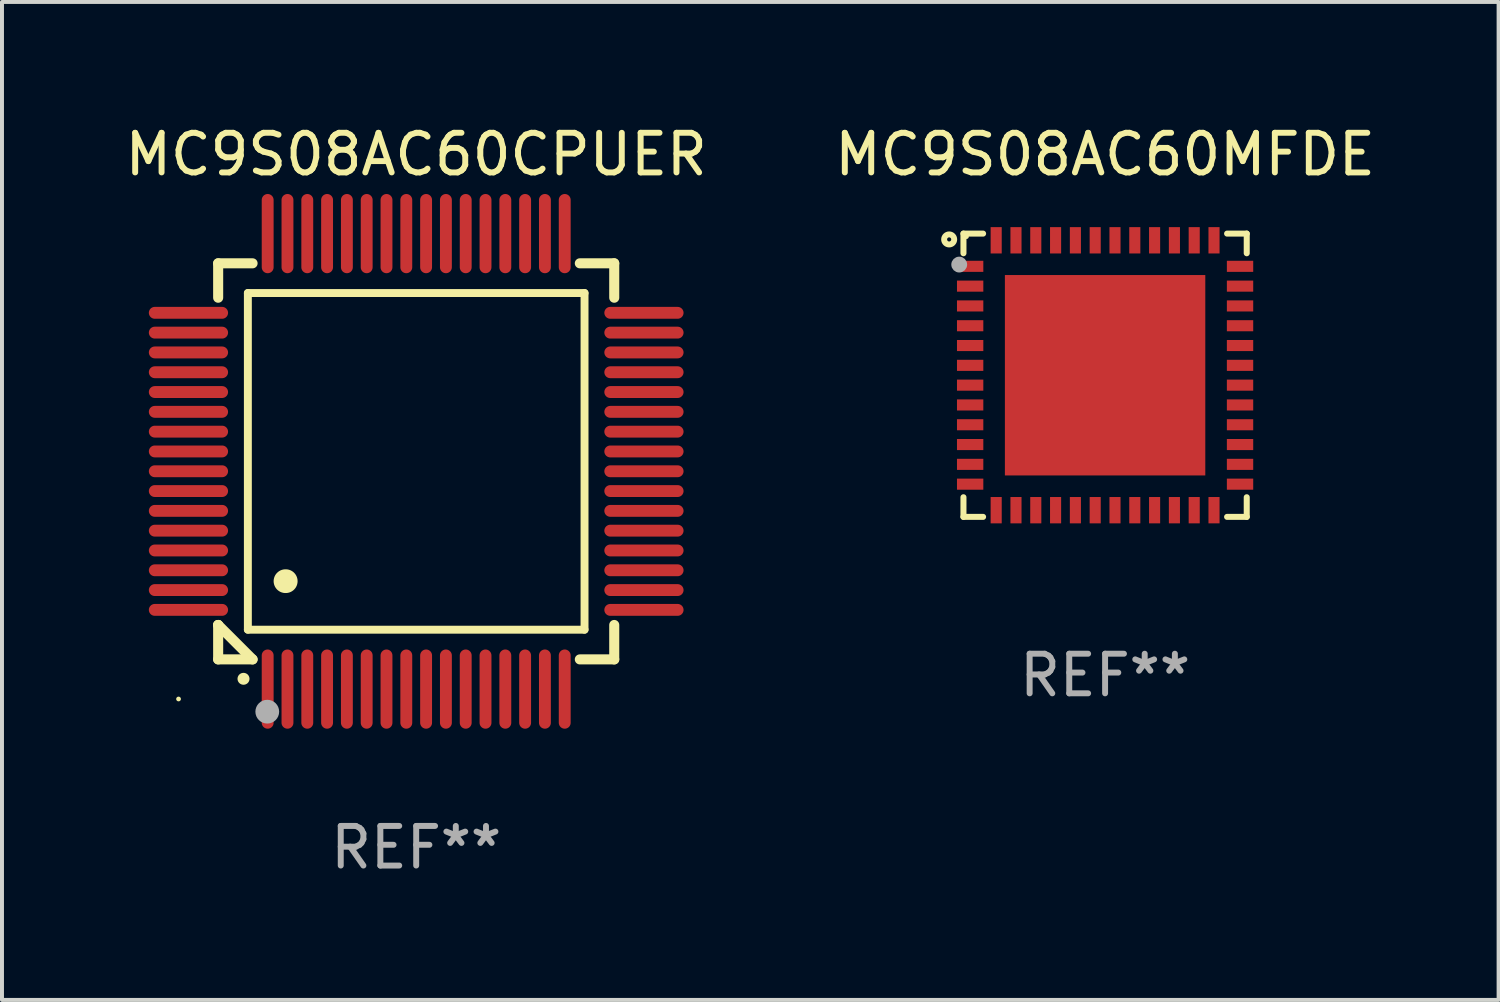
<source format=kicad_pcb>
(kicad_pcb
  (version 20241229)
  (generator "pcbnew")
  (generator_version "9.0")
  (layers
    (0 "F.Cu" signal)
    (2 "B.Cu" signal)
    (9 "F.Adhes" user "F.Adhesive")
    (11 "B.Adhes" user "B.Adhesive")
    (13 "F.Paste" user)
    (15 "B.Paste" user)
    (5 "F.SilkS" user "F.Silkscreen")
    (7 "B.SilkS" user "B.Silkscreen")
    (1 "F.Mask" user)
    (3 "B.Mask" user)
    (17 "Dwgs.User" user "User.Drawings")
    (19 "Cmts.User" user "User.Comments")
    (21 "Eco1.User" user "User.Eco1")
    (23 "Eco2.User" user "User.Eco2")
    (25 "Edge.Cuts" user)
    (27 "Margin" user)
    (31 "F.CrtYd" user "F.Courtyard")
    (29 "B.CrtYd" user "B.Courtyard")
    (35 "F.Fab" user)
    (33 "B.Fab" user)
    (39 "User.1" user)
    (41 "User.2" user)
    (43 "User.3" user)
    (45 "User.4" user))
  (footprint "MC9S08AC60MFDE"
    (layer "F.Cu")
    (at 24.851 6.424)
    (property "Reference" "MC9S08AC60MFDE" (at 0 -5.576 0) (layer "F.SilkS") (effects (font (size 1 1) (thickness 0.15))))
    (attr through_hole)
    (fp_line (start -3.576 -3.576) (end -3.576 -3.08) (stroke (width 0.152) (type solid)) (layer "F.SilkS"))
    (fp_line (start -3.576 3.576) (end -3.576 3.08) (stroke (width 0.152) (type solid)) (layer "F.SilkS"))
    (fp_line (start -3.08 -3.576) (end -3.576 -3.576) (stroke (width 0.152) (type solid)) (layer "F.SilkS"))
    (fp_line (start -3.08 3.576) (end -3.576 3.576) (stroke (width 0.152) (type solid)) (layer "F.SilkS"))
    (fp_line (start 3.08 -3.576) (end 3.576 -3.576) (stroke (width 0.152) (type solid)) (layer "F.SilkS"))
    (fp_line (start 3.08 3.576) (end 3.576 3.576) (stroke (width 0.152) (type solid)) (layer "F.SilkS"))
    (fp_line (start 3.576 -3.576) (end 3.576 -3.08) (stroke (width 0.152) (type solid)) (layer "F.SilkS"))
    (fp_line (start 3.576 3.576) (end 3.576 3.08) (stroke (width 0.152) (type solid)) (layer "F.SilkS"))
    (fp_circle (center -3.937 -3.429) (end -3.81 -3.429) (stroke (width 0.15) (type solid)) (fill no) (layer "F.SilkS"))
    (fp_circle (center -3.5 -3.5) (end -3.47 -3.5) (stroke (width 0.06) (type solid)) (fill no) (layer "F.SilkS"))
    (fp_circle (center -3.683 -2.794) (end -3.583 -2.794) (stroke (width 0.2) (type solid)) (fill no) (layer "F.Fab"))
    (fp_text user "REF**" (at 0 7.576 0) (layer "F.Fab") (effects (font (size 1 1) (thickness 0.15))))
    (pad "1" smd rect (at -3.407 -2.75) (size 0.665 0.28) (layers "F.Cu" "F.Mask" "F.Paste"))
    (pad "2" smd rect (at -3.407 -2.25) (size 0.665 0.28) (layers "F.Cu" "F.Mask" "F.Paste"))
    (pad "3" smd rect (at -3.407 -1.75) (size 0.665 0.28) (layers "F.Cu" "F.Mask" "F.Paste"))
    (pad "4" smd rect (at -3.407 -1.25) (size 0.665 0.28) (layers "F.Cu" "F.Mask" "F.Paste"))
    (pad "5" smd rect (at -3.407 -0.75) (size 0.665 0.28) (layers "F.Cu" "F.Mask" "F.Paste"))
    (pad "6" smd rect (at -3.407 -0.25) (size 0.665 0.28) (layers "F.Cu" "F.Mask" "F.Paste"))
    (pad "7" smd rect (at -3.407 0.25) (size 0.665 0.28) (layers "F.Cu" "F.Mask" "F.Paste"))
    (pad "8" smd rect (at -3.407 0.75) (size 0.665 0.28) (layers "F.Cu" "F.Mask" "F.Paste"))
    (pad "9" smd rect (at -3.407 1.25) (size 0.665 0.28) (layers "F.Cu" "F.Mask" "F.Paste"))
    (pad "10" smd rect (at -3.407 1.75) (size 0.665 0.28) (layers "F.Cu" "F.Mask" "F.Paste"))
    (pad "11" smd rect (at -3.407 2.25) (size 0.665 0.28) (layers "F.Cu" "F.Mask" "F.Paste"))
    (pad "12" smd rect (at -3.407 2.75) (size 0.665 0.28) (layers "F.Cu" "F.Mask" "F.Paste"))
    (pad "13" smd rect (at -2.75 3.407) (size 0.28 0.665) (layers "F.Cu" "F.Mask" "F.Paste"))
    (pad "14" smd rect (at -2.25 3.407) (size 0.28 0.665) (layers "F.Cu" "F.Mask" "F.Paste"))
    (pad "15" smd rect (at -1.75 3.407) (size 0.28 0.665) (layers "F.Cu" "F.Mask" "F.Paste"))
    (pad "16" smd rect (at -1.25 3.407) (size 0.28 0.665) (layers "F.Cu" "F.Mask" "F.Paste"))
    (pad "17" smd rect (at -0.75 3.407) (size 0.28 0.665) (layers "F.Cu" "F.Mask" "F.Paste"))
    (pad "18" smd rect (at -0.25 3.407) (size 0.28 0.665) (layers "F.Cu" "F.Mask" "F.Paste"))
    (pad "19" smd rect (at 0.25 3.407) (size 0.28 0.665) (layers "F.Cu" "F.Mask" "F.Paste"))
    (pad "20" smd rect (at 0.75 3.407) (size 0.28 0.665) (layers "F.Cu" "F.Mask" "F.Paste"))
    (pad "21" smd rect (at 1.25 3.407) (size 0.28 0.665) (layers "F.Cu" "F.Mask" "F.Paste"))
    (pad "22" smd rect (at 1.75 3.407) (size 0.28 0.665) (layers "F.Cu" "F.Mask" "F.Paste"))
    (pad "23" smd rect (at 2.25 3.407) (size 0.28 0.665) (layers "F.Cu" "F.Mask" "F.Paste"))
    (pad "24" smd rect (at 2.75 3.407) (size 0.28 0.665) (layers "F.Cu" "F.Mask" "F.Paste"))
    (pad "25" smd rect (at 3.407 2.75) (size 0.665 0.28) (layers "F.Cu" "F.Mask" "F.Paste"))
    (pad "26" smd rect (at 3.407 2.25) (size 0.665 0.28) (layers "F.Cu" "F.Mask" "F.Paste"))
    (pad "27" smd rect (at 3.407 1.75) (size 0.665 0.28) (layers "F.Cu" "F.Mask" "F.Paste"))
    (pad "28" smd rect (at 3.407 1.25) (size 0.665 0.28) (layers "F.Cu" "F.Mask" "F.Paste"))
    (pad "29" smd rect (at 3.407 0.75) (size 0.665 0.28) (layers "F.Cu" "F.Mask" "F.Paste"))
    (pad "30" smd rect (at 3.407 0.25) (size 0.665 0.28) (layers "F.Cu" "F.Mask" "F.Paste"))
    (pad "31" smd rect (at 3.407 -0.25) (size 0.665 0.28) (layers "F.Cu" "F.Mask" "F.Paste"))
    (pad "32" smd rect (at 3.407 -0.75) (size 0.665 0.28) (layers "F.Cu" "F.Mask" "F.Paste"))
    (pad "33" smd rect (at 3.407 -1.25) (size 0.665 0.28) (layers "F.Cu" "F.Mask" "F.Paste"))
    (pad "34" smd rect (at 3.407 -1.75) (size 0.665 0.28) (layers "F.Cu" "F.Mask" "F.Paste"))
    (pad "35" smd rect (at 3.407 -2.25) (size 0.665 0.28) (layers "F.Cu" "F.Mask" "F.Paste"))
    (pad "36" smd rect (at 3.407 -2.75) (size 0.665 0.28) (layers "F.Cu" "F.Mask" "F.Paste"))
    (pad "37" smd rect (at 2.75 -3.407) (size 0.28 0.665) (layers "F.Cu" "F.Mask" "F.Paste"))
    (pad "38" smd rect (at 2.25 -3.407) (size 0.28 0.665) (layers "F.Cu" "F.Mask" "F.Paste"))
    (pad "39" smd rect (at 1.75 -3.407) (size 0.28 0.665) (layers "F.Cu" "F.Mask" "F.Paste"))
    (pad "40" smd rect (at 1.25 -3.407) (size 0.28 0.665) (layers "F.Cu" "F.Mask" "F.Paste"))
    (pad "41" smd rect (at 0.75 -3.407) (size 0.28 0.665) (layers "F.Cu" "F.Mask" "F.Paste"))
    (pad "42" smd rect (at 0.25 -3.407) (size 0.28 0.665) (layers "F.Cu" "F.Mask" "F.Paste"))
    (pad "43" smd rect (at -0.25 -3.407) (size 0.28 0.665) (layers "F.Cu" "F.Mask" "F.Paste"))
    (pad "44" smd rect (at -0.75 -3.407) (size 0.28 0.665) (layers "F.Cu" "F.Mask" "F.Paste"))
    (pad "45" smd rect (at -1.25 -3.407) (size 0.28 0.665) (layers "F.Cu" "F.Mask" "F.Paste"))
    (pad "46" smd rect (at -1.75 -3.407) (size 0.28 0.665) (layers "F.Cu" "F.Mask" "F.Paste"))
    (pad "47" smd rect (at -2.25 -3.407) (size 0.28 0.665) (layers "F.Cu" "F.Mask" "F.Paste"))
    (pad "48" smd rect (at -2.75 -3.407) (size 0.28 0.665) (layers "F.Cu" "F.Mask" "F.Paste"))
    (pad "49" smd rect (at 0 0) (size 5.06 5.06) (layers "F.Cu" "F.Mask" "F.Paste")))
  (footprint "MC9S08AC60CPUER"
    (layer "F.Cu")
    (at 7.458 8.598)
    (property "Reference" "MC9S08AC60CPUER" (at 0 -7.75 0) (layer "F.SilkS") (effects (font (size 1 1) (thickness 0.15))))
    (attr through_hole)
    (fp_line (start -5 -5) (end -4.131 -5) (stroke (width 0.254) (type solid)) (layer "F.SilkS"))
    (fp_line (start -5 -4.131) (end -5 -5) (stroke (width 0.254) (type solid)) (layer "F.SilkS"))
    (fp_line (start -5 4.131) (end -5 4.131) (stroke (width 0.254) (type solid)) (layer "F.SilkS"))
    (fp_line (start -5 5) (end -5 4.131) (stroke (width 0.254) (type solid)) (layer "F.SilkS"))
    (fp_line (start -5 4.131) (end -4.131 5) (stroke (width 0.254) (type solid)) (layer "F.SilkS"))
    (fp_line (start -4.25 -4.25) (end -4.25 4.25) (stroke (width 0.2) (type solid)) (layer "F.SilkS"))
    (fp_line (start -4.25 4.25) (end 4.25 4.25) (stroke (width 0.2) (type solid)) (layer "F.SilkS"))
    (fp_line (start -4.131 5) (end -5 5) (stroke (width 0.254) (type solid)) (layer "F.SilkS"))
    (fp_line (start 4.25 -4.25) (end -4.25 -4.25) (stroke (width 0.2) (type solid)) (layer "F.SilkS"))
    (fp_line (start 4.25 4.25) (end 4.25 -4.25) (stroke (width 0.2) (type solid)) (layer "F.SilkS"))
    (fp_line (start 5 -5) (end 4.131 -5) (stroke (width 0.254) (type solid)) (layer "F.SilkS"))
    (fp_line (start 5 -5) (end 5 -4.131) (stroke (width 0.254) (type solid)) (layer "F.SilkS"))
    (fp_line (start 5 4.131) (end 5 5) (stroke (width 0.254) (type solid)) (layer "F.SilkS"))
    (fp_line (start 5 5) (end 4.131 5) (stroke (width 0.254) (type solid)) (layer "F.SilkS"))
    (fp_arc (start -4.361265 5.489992) (mid -4.359995 5.489987) (end -4.358725 5.489992) (stroke (width 0.3) (type solid)) (layer "F.SilkS"))
    (fp_arc (start -3.299467 3.025146) (mid -3.296927 3.025135) (end -3.294387 3.025146) (stroke (width 0.6) (type solid)) (layer "F.SilkS"))
    (fp_circle (center -6 6) (end -5.97 6) (stroke (width 0.06) (type solid)) (fill no) (layer "F.SilkS"))
    (fp_circle (center -3.76 6.32) (end -3.61 6.32) (stroke (width 0.3) (type solid)) (fill no) (layer "F.Fab"))
    (fp_text user "REF**" (at 0 9.75 0) (layer "F.Fab") (effects (font (size 1 1) (thickness 0.15))))
    (pad "1" smd oval (at -3.75 5.75) (size 0.3 2) (layers "F.Cu" "F.Mask" "F.Paste"))
    (pad "2" smd oval (at -3.25 5.75) (size 0.3 2) (layers "F.Cu" "F.Mask" "F.Paste"))
    (pad "3" smd oval (at -2.75 5.75) (size 0.3 2) (layers "F.Cu" "F.Mask" "F.Paste"))
    (pad "4" smd oval (at -2.25 5.75) (size 0.3 2) (layers "F.Cu" "F.Mask" "F.Paste"))
    (pad "5" smd oval (at -1.75 5.75) (size 0.3 2) (layers "F.Cu" "F.Mask" "F.Paste"))
    (pad "6" smd oval (at -1.25 5.75) (size 0.3 2) (layers "F.Cu" "F.Mask" "F.Paste"))
    (pad "7" smd oval (at -0.75 5.75) (size 0.3 2) (layers "F.Cu" "F.Mask" "F.Paste"))
    (pad "8" smd oval (at -0.25 5.75) (size 0.3 2) (layers "F.Cu" "F.Mask" "F.Paste"))
    (pad "9" smd oval (at 0.25 5.75) (size 0.3 2) (layers "F.Cu" "F.Mask" "F.Paste"))
    (pad "10" smd oval (at 0.75 5.75) (size 0.3 2) (layers "F.Cu" "F.Mask" "F.Paste"))
    (pad "11" smd oval (at 1.25 5.75) (size 0.3 2) (layers "F.Cu" "F.Mask" "F.Paste"))
    (pad "12" smd oval (at 1.75 5.75) (size 0.3 2) (layers "F.Cu" "F.Mask" "F.Paste"))
    (pad "13" smd oval (at 2.25 5.75) (size 0.3 2) (layers "F.Cu" "F.Mask" "F.Paste"))
    (pad "14" smd oval (at 2.75 5.75) (size 0.3 2) (layers "F.Cu" "F.Mask" "F.Paste"))
    (pad "15" smd oval (at 3.25 5.75) (size 0.3 2) (layers "F.Cu" "F.Mask" "F.Paste"))
    (pad "16" smd oval (at 3.75 5.75) (size 0.3 2) (layers "F.Cu" "F.Mask" "F.Paste"))
    (pad "17" smd oval (at 5.75 3.75) (size 2 0.3) (layers "F.Cu" "F.Mask" "F.Paste"))
    (pad "18" smd oval (at 5.75 3.25) (size 2 0.3) (layers "F.Cu" "F.Mask" "F.Paste"))
    (pad "19" smd oval (at 5.75 2.75) (size 2 0.3) (layers "F.Cu" "F.Mask" "F.Paste"))
    (pad "20" smd oval (at 5.75 2.25) (size 2 0.3) (layers "F.Cu" "F.Mask" "F.Paste"))
    (pad "21" smd oval (at 5.75 1.75) (size 2 0.3) (layers "F.Cu" "F.Mask" "F.Paste"))
    (pad "22" smd oval (at 5.75 1.25) (size 2 0.3) (layers "F.Cu" "F.Mask" "F.Paste"))
    (pad "23" smd oval (at 5.75 0.75) (size 2 0.3) (layers "F.Cu" "F.Mask" "F.Paste"))
    (pad "24" smd oval (at 5.75 0.25) (size 2 0.3) (layers "F.Cu" "F.Mask" "F.Paste"))
    (pad "25" smd oval (at 5.75 -0.25) (size 2 0.3) (layers "F.Cu" "F.Mask" "F.Paste"))
    (pad "26" smd oval (at 5.75 -0.75) (size 2 0.3) (layers "F.Cu" "F.Mask" "F.Paste"))
    (pad "27" smd oval (at 5.75 -1.25) (size 2 0.3) (layers "F.Cu" "F.Mask" "F.Paste"))
    (pad "28" smd oval (at 5.75 -1.75) (size 2 0.3) (layers "F.Cu" "F.Mask" "F.Paste"))
    (pad "29" smd oval (at 5.75 -2.25) (size 2 0.3) (layers "F.Cu" "F.Mask" "F.Paste"))
    (pad "30" smd oval (at 5.75 -2.75) (size 2 0.3) (layers "F.Cu" "F.Mask" "F.Paste"))
    (pad "31" smd oval (at 5.75 -3.25) (size 2 0.3) (layers "F.Cu" "F.Mask" "F.Paste"))
    (pad "32" smd oval (at 5.75 -3.75) (size 2 0.3) (layers "F.Cu" "F.Mask" "F.Paste"))
    (pad "33" smd oval (at 3.75 -5.75) (size 0.3 2) (layers "F.Cu" "F.Mask" "F.Paste"))
    (pad "34" smd oval (at 3.25 -5.75) (size 0.3 2) (layers "F.Cu" "F.Mask" "F.Paste"))
    (pad "35" smd oval (at 2.75 -5.75) (size 0.3 2) (layers "F.Cu" "F.Mask" "F.Paste"))
    (pad "36" smd oval (at 2.25 -5.75) (size 0.3 2) (layers "F.Cu" "F.Mask" "F.Paste"))
    (pad "37" smd oval (at 1.75 -5.75) (size 0.3 2) (layers "F.Cu" "F.Mask" "F.Paste"))
    (pad "38" smd oval (at 1.25 -5.75) (size 0.3 2) (layers "F.Cu" "F.Mask" "F.Paste"))
    (pad "39" smd oval (at 0.75 -5.75) (size 0.3 2) (layers "F.Cu" "F.Mask" "F.Paste"))
    (pad "40" smd oval (at 0.25 -5.75) (size 0.3 2) (layers "F.Cu" "F.Mask" "F.Paste"))
    (pad "41" smd oval (at -0.25 -5.75) (size 0.3 2) (layers "F.Cu" "F.Mask" "F.Paste"))
    (pad "42" smd oval (at -0.75 -5.75) (size 0.3 2) (layers "F.Cu" "F.Mask" "F.Paste"))
    (pad "43" smd oval (at -1.25 -5.75) (size 0.3 2) (layers "F.Cu" "F.Mask" "F.Paste"))
    (pad "44" smd oval (at -1.75 -5.75) (size 0.3 2) (layers "F.Cu" "F.Mask" "F.Paste"))
    (pad "45" smd oval (at -2.25 -5.75) (size 0.3 2) (layers "F.Cu" "F.Mask" "F.Paste"))
    (pad "46" smd oval (at -2.75 -5.75) (size 0.3 2) (layers "F.Cu" "F.Mask" "F.Paste"))
    (pad "47" smd oval (at -3.25 -5.75) (size 0.3 2) (layers "F.Cu" "F.Mask" "F.Paste"))
    (pad "48" smd oval (at -3.75 -5.75) (size 0.3 2) (layers "F.Cu" "F.Mask" "F.Paste"))
    (pad "49" smd oval (at -5.75 -3.75) (size 2 0.3) (layers "F.Cu" "F.Mask" "F.Paste"))
    (pad "50" smd oval (at -5.75 -3.25) (size 2 0.3) (layers "F.Cu" "F.Mask" "F.Paste"))
    (pad "51" smd oval (at -5.75 -2.75) (size 2 0.3) (layers "F.Cu" "F.Mask" "F.Paste"))
    (pad "52" smd oval (at -5.75 -2.25) (size 2 0.3) (layers "F.Cu" "F.Mask" "F.Paste"))
    (pad "53" smd oval (at -5.75 -1.75) (size 2 0.3) (layers "F.Cu" "F.Mask" "F.Paste"))
    (pad "54" smd oval (at -5.75 -1.25) (size 2 0.3) (layers "F.Cu" "F.Mask" "F.Paste"))
    (pad "55" smd oval (at -5.75 -0.75) (size 2 0.3) (layers "F.Cu" "F.Mask" "F.Paste"))
    (pad "56" smd oval (at -5.75 -0.25) (size 2 0.3) (layers "F.Cu" "F.Mask" "F.Paste"))
    (pad "57" smd oval (at -5.75 0.25) (size 2 0.3) (layers "F.Cu" "F.Mask" "F.Paste"))
    (pad "58" smd oval (at -5.75 0.75) (size 2 0.3) (layers "F.Cu" "F.Mask" "F.Paste"))
    (pad "59" smd oval (at -5.75 1.25) (size 2 0.3) (layers "F.Cu" "F.Mask" "F.Paste"))
    (pad "60" smd oval (at -5.75 1.75) (size 2 0.3) (layers "F.Cu" "F.Mask" "F.Paste"))
    (pad "61" smd oval (at -5.75 2.25) (size 2 0.3) (layers "F.Cu" "F.Mask" "F.Paste"))
    (pad "62" smd oval (at -5.75 2.75) (size 2 0.3) (layers "F.Cu" "F.Mask" "F.Paste"))
    (pad "63" smd oval (at -5.75 3.25) (size 2 0.3) (layers "F.Cu" "F.Mask" "F.Paste"))
    (pad "64" smd oval (at -5.75 3.75) (size 2 0.3) (layers "F.Cu" "F.Mask" "F.Paste")))
  (gr_rect
    (start -3 -3)
    (end 34.786 22.196)
    (stroke (width 0.1) (type default))
    (fill no)
    (layer "Edge.Cuts")))
</source>
